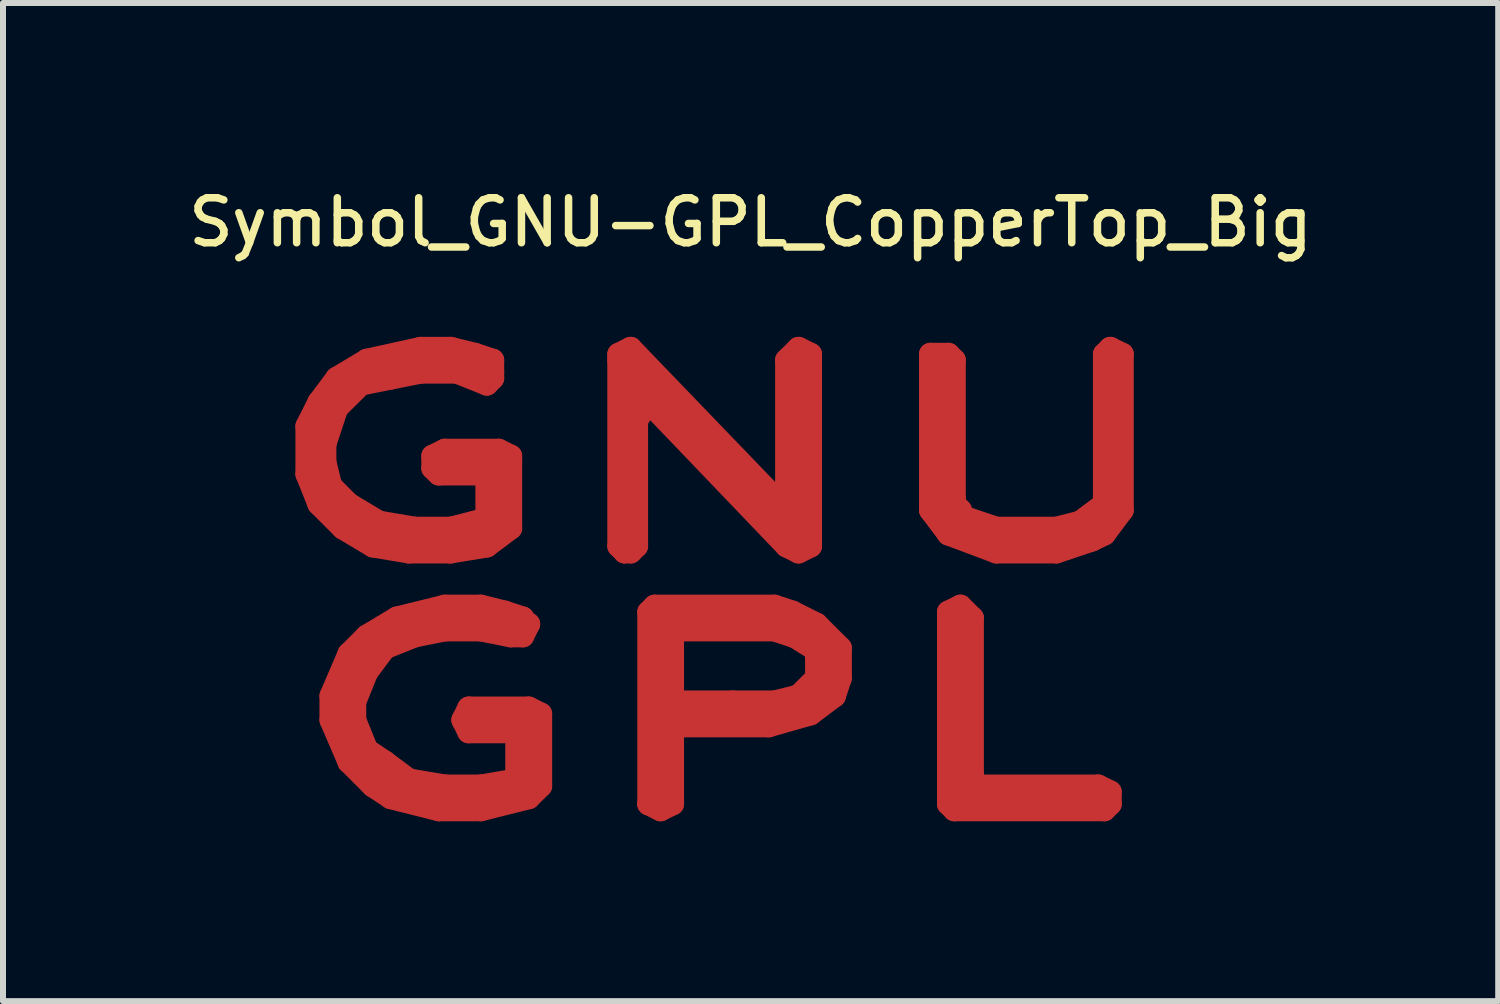
<source format=kicad_pcb>
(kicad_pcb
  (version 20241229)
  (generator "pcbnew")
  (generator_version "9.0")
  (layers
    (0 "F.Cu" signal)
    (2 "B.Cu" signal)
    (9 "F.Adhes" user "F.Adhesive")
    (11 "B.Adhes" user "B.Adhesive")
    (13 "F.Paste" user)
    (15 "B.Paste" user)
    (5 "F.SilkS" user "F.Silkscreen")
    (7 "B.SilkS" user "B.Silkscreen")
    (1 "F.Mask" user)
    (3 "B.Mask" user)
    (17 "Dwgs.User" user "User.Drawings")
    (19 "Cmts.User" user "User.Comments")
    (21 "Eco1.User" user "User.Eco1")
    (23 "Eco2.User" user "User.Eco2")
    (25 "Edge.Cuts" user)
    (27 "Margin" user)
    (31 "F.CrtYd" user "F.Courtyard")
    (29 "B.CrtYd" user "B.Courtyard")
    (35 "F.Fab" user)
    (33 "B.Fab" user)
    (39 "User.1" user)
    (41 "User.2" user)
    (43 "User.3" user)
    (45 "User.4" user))
  (footprint "Symbol_GNU-GPL_CopperTop_Big"
    (layer "F.Cu")
    (at 8.969 7.458)
    (property "Reference" "Symbol_GNU-GPL_CopperTop_Big" (at 0.5 -6.8 0) (layer "F.SilkS") (effects (font (size 0.75 0.75) (thickness 0.125))))
    (attr exclude_from_pos_files exclude_from_bom allow_missing_courtyard)
    (fp_line (start -6.901 -3.401) (end -6.901 -2.601) (stroke (width 0.381) (type solid)) (layer "F.Cu"))
    (fp_line (start -6.901 -2.601) (end -6.701 -2.101) (stroke (width 0.381) (type solid)) (layer "F.Cu"))
    (fp_line (start -6.701 -3.8) (end -6.901 -3.401) (stroke (width 0.381) (type solid)) (layer "F.Cu"))
    (fp_line (start -6.701 -3.401) (end -6.599 -2.301) (stroke (width 0.381) (type solid)) (layer "F.Cu"))
    (fp_line (start -6.701 -2.101) (end -6.299 -1.699) (stroke (width 0.381) (type solid)) (layer "F.Cu"))
    (fp_line (start -6.599 -3.099) (end -6.401 -3.701) (stroke (width 0.381) (type solid)) (layer "F.Cu"))
    (fp_line (start -6.599 -2.799) (end -6.599 -3.099) (stroke (width 0.381) (type solid)) (layer "F.Cu"))
    (fp_line (start -6.599 -2.301) (end -6.2 -1.9) (stroke (width 0.381) (type solid)) (layer "F.Cu"))
    (fp_line (start -6.5 -2.4) (end -6.599 -2.799) (stroke (width 0.381) (type solid)) (layer "F.Cu"))
    (fp_line (start -6.5 1.1) (end -6.5 1.501) (stroke (width 0.381) (type solid)) (layer "F.Cu"))
    (fp_line (start -6.5 1.501) (end -6.2 2.2) (stroke (width 0.381) (type solid)) (layer "F.Cu"))
    (fp_line (start -6.401 -4.201) (end -6.701 -3.8) (stroke (width 0.381) (type solid)) (layer "F.Cu"))
    (fp_line (start -6.401 -3.701) (end -5.999 -4.1) (stroke (width 0.381) (type solid)) (layer "F.Cu"))
    (fp_line (start -6.299 -1.699) (end -5.799 -1.4) (stroke (width 0.381) (type solid)) (layer "F.Cu"))
    (fp_line (start -6.2 -4.201) (end -6.701 -3.401) (stroke (width 0.381) (type solid)) (layer "F.Cu"))
    (fp_line (start -6.2 -2.101) (end -6.5 -2.4) (stroke (width 0.381) (type solid)) (layer "F.Cu"))
    (fp_line (start -6.2 -1.9) (end -5.199 -1.501) (stroke (width 0.381) (type solid)) (layer "F.Cu"))
    (fp_line (start -6.2 0.399) (end -6.5 1.1) (stroke (width 0.381) (type solid)) (layer "F.Cu"))
    (fp_line (start -6.2 1.001) (end -6.2 1.801) (stroke (width 0.381) (type solid)) (layer "F.Cu"))
    (fp_line (start -6.2 1.801) (end -5.7 2.4) (stroke (width 0.381) (type solid)) (layer "F.Cu"))
    (fp_line (start -6.2 2.2) (end -5.799 2.601) (stroke (width 0.381) (type solid)) (layer "F.Cu"))
    (fp_line (start -6.101 1.199) (end -5.9 0.701) (stroke (width 0.381) (type solid)) (layer "F.Cu"))
    (fp_line (start -6.101 1.501) (end -6.101 1.199) (stroke (width 0.381) (type solid)) (layer "F.Cu"))
    (fp_line (start -5.999 -4.1) (end -5.499 -4.201) (stroke (width 0.381) (type solid)) (layer "F.Cu"))
    (fp_line (start -5.9 -4.501) (end -6.401 -4.201) (stroke (width 0.381) (type solid)) (layer "F.Cu"))
    (fp_line (start -5.9 0.099) (end -6.2 0.399) (stroke (width 0.381) (type solid)) (layer "F.Cu"))
    (fp_line (start -5.9 0.701) (end -5.601 0.3) (stroke (width 0.381) (type solid)) (layer "F.Cu"))
    (fp_line (start -5.9 1.999) (end -6.101 1.501) (stroke (width 0.381) (type solid)) (layer "F.Cu"))
    (fp_line (start -5.799 -1.4) (end -5.199 -1.3) (stroke (width 0.381) (type solid)) (layer "F.Cu"))
    (fp_line (start -5.799 2.601) (end -5.499 2.799) (stroke (width 0.381) (type solid)) (layer "F.Cu"))
    (fp_line (start -5.7 -1.801) (end -6.2 -2.101) (stroke (width 0.381) (type solid)) (layer "F.Cu"))
    (fp_line (start -5.7 0.201) (end -6.2 1.001) (stroke (width 0.381) (type solid)) (layer "F.Cu"))
    (fp_line (start -5.7 2.4) (end -4.699 2.901) (stroke (width 0.381) (type solid)) (layer "F.Cu"))
    (fp_line (start -5.601 0.3) (end -5.1 0.099) (stroke (width 0.381) (type solid)) (layer "F.Cu"))
    (fp_line (start -5.601 2.2) (end -5.9 1.999) (stroke (width 0.381) (type solid)) (layer "F.Cu"))
    (fp_line (start -5.499 -4.201) (end -5.001 -4.3) (stroke (width 0.381) (type solid)) (layer "F.Cu"))
    (fp_line (start -5.499 2.799) (end -4.699 3) (stroke (width 0.381) (type solid)) (layer "F.Cu"))
    (fp_line (start -5.4 -0.201) (end -5.9 0.099) (stroke (width 0.381) (type solid)) (layer "F.Cu"))
    (fp_line (start -5.301 -4.501) (end -6.2 -4.201) (stroke (width 0.381) (type solid)) (layer "F.Cu"))
    (fp_line (start -5.199 -1.501) (end -4.201 -1.6) (stroke (width 0.381) (type solid)) (layer "F.Cu"))
    (fp_line (start -5.199 -1.3) (end -4.501 -1.3) (stroke (width 0.381) (type solid)) (layer "F.Cu"))
    (fp_line (start -5.199 2.499) (end -5.601 2.2) (stroke (width 0.381) (type solid)) (layer "F.Cu"))
    (fp_line (start -5.1 -1.699) (end -5.7 -1.801) (stroke (width 0.381) (type solid)) (layer "F.Cu"))
    (fp_line (start -5.1 0.099) (end -4.6 0) (stroke (width 0.381) (type solid)) (layer "F.Cu"))
    (fp_line (start -5.001 -4.699) (end -5.9 -4.501) (stroke (width 0.381) (type solid)) (layer "F.Cu"))
    (fp_line (start -5.001 -4.3) (end -4.399 -4.3) (stroke (width 0.381) (type solid)) (layer "F.Cu"))
    (fp_line (start -4.801 -2.901) (end -4.801 -2.7) (stroke (width 0.381) (type solid)) (layer "F.Cu"))
    (fp_line (start -4.801 -2.7) (end -4.699 -2.601) (stroke (width 0.381) (type solid)) (layer "F.Cu"))
    (fp_line (start -4.699 -2.601) (end -4 -2.601) (stroke (width 0.381) (type solid)) (layer "F.Cu"))
    (fp_line (start -4.699 -0.099) (end -5.7 0.201) (stroke (width 0.381) (type solid)) (layer "F.Cu"))
    (fp_line (start -4.699 2.901) (end -3.2 2.601) (stroke (width 0.381) (type solid)) (layer "F.Cu"))
    (fp_line (start -4.699 3) (end -4 3) (stroke (width 0.381) (type solid)) (layer "F.Cu"))
    (fp_line (start -4.6 -3) (end -4.801 -2.901) (stroke (width 0.381) (type solid)) (layer "F.Cu"))
    (fp_line (start -4.6 -0.399) (end -5.4 -0.201) (stroke (width 0.381) (type solid)) (layer "F.Cu"))
    (fp_line (start -4.6 0) (end -4 0) (stroke (width 0.381) (type solid)) (layer "F.Cu"))
    (fp_line (start -4.6 2.601) (end -5.199 2.499) (stroke (width 0.381) (type solid)) (layer "F.Cu"))
    (fp_line (start -4.501 -4.699) (end -5.001 -4.699) (stroke (width 0.381) (type solid)) (layer "F.Cu"))
    (fp_line (start -4.501 -1.699) (end -5.1 -1.699) (stroke (width 0.381) (type solid)) (layer "F.Cu"))
    (fp_line (start -4.501 -1.3) (end -3.899 -1.4) (stroke (width 0.381) (type solid)) (layer "F.Cu"))
    (fp_line (start -4.399 -4.3) (end -3.899 -4.1) (stroke (width 0.381) (type solid)) (layer "F.Cu"))
    (fp_line (start -4.3 1.501) (end -4.201 1.699) (stroke (width 0.381) (type solid)) (layer "F.Cu"))
    (fp_line (start -4.201 -4.501) (end -5.301 -4.501) (stroke (width 0.381) (type solid)) (layer "F.Cu"))
    (fp_line (start -4.201 -1.699) (end -4.1 -1.801) (stroke (width 0.381) (type solid)) (layer "F.Cu"))
    (fp_line (start -4.201 -1.6) (end -3.701 -1.801) (stroke (width 0.381) (type solid)) (layer "F.Cu"))
    (fp_line (start -4.201 1.3) (end -4.3 1.501) (stroke (width 0.381) (type solid)) (layer "F.Cu"))
    (fp_line (start -4.201 1.699) (end -3.401 1.699) (stroke (width 0.381) (type solid)) (layer "F.Cu"))
    (fp_line (start -4.1 -4.6) (end -4.501 -4.699) (stroke (width 0.381) (type solid)) (layer "F.Cu"))
    (fp_line (start -4.1 -1.801) (end -4.501 -1.699) (stroke (width 0.381) (type solid)) (layer "F.Cu"))
    (fp_line (start -4 -2.601) (end -3.899 -2.499) (stroke (width 0.381) (type solid)) (layer "F.Cu"))
    (fp_line (start -4 -0.399) (end -4.6 -0.399) (stroke (width 0.381) (type solid)) (layer "F.Cu"))
    (fp_line (start -4 0) (end -3.5 0.099) (stroke (width 0.381) (type solid)) (layer "F.Cu"))
    (fp_line (start -4 2.601) (end -4.6 2.601) (stroke (width 0.381) (type solid)) (layer "F.Cu"))
    (fp_line (start -4 3) (end -3.2 2.799) (stroke (width 0.381) (type solid)) (layer "F.Cu"))
    (fp_line (start -3.899 -4.1) (end -3.8 -4.201) (stroke (width 0.381) (type solid)) (layer "F.Cu"))
    (fp_line (start -3.899 -2.499) (end -3.899 -1.9) (stroke (width 0.381) (type solid)) (layer "F.Cu"))
    (fp_line (start -3.899 -1.9) (end -4.201 -1.699) (stroke (width 0.381) (type solid)) (layer "F.Cu"))
    (fp_line (start -3.899 -1.4) (end -3.5 -1.699) (stroke (width 0.381) (type solid)) (layer "F.Cu"))
    (fp_line (start -3.8 -4.501) (end -4.1 -4.6) (stroke (width 0.381) (type solid)) (layer "F.Cu"))
    (fp_line (start -3.8 -4.3) (end -4.201 -4.501) (stroke (width 0.381) (type solid)) (layer "F.Cu"))
    (fp_line (start -3.8 -4.201) (end -3.8 -4.501) (stroke (width 0.381) (type solid)) (layer "F.Cu"))
    (fp_line (start -3.701 -3) (end -4.6 -3) (stroke (width 0.381) (type solid)) (layer "F.Cu"))
    (fp_line (start -3.701 -2.7) (end -4.6 -2.7) (stroke (width 0.381) (type solid)) (layer "F.Cu"))
    (fp_line (start -3.701 -1.801) (end -3.701 -2.7) (stroke (width 0.381) (type solid)) (layer "F.Cu"))
    (fp_line (start -3.599 -0.3) (end -4 -0.399) (stroke (width 0.381) (type solid)) (layer "F.Cu"))
    (fp_line (start -3.5 -2.901) (end -3.701 -3) (stroke (width 0.381) (type solid)) (layer "F.Cu"))
    (fp_line (start -3.5 -1.699) (end -3.5 -2.901) (stroke (width 0.381) (type solid)) (layer "F.Cu"))
    (fp_line (start -3.5 0.099) (end -3.299 0.099) (stroke (width 0.381) (type solid)) (layer "F.Cu"))
    (fp_line (start -3.401 1.699) (end -3.401 2.499) (stroke (width 0.381) (type solid)) (layer "F.Cu"))
    (fp_line (start -3.401 2.499) (end -4 2.601) (stroke (width 0.381) (type solid)) (layer "F.Cu"))
    (fp_line (start -3.299 -0.201) (end -3.599 -0.3) (stroke (width 0.381) (type solid)) (layer "F.Cu"))
    (fp_line (start -3.299 -0.099) (end -3.299 -0.201) (stroke (width 0.381) (type solid)) (layer "F.Cu"))
    (fp_line (start -3.299 0.099) (end -3.2 -0.099) (stroke (width 0.381) (type solid)) (layer "F.Cu"))
    (fp_line (start -3.299 1.6) (end -4.201 1.501) (stroke (width 0.381) (type solid)) (layer "F.Cu"))
    (fp_line (start -3.2 -0.099) (end -4.699 -0.099) (stroke (width 0.381) (type solid)) (layer "F.Cu"))
    (fp_line (start -3.2 1.3) (end -4.201 1.3) (stroke (width 0.381) (type solid)) (layer "F.Cu"))
    (fp_line (start -3.2 2.601) (end -3.299 1.6) (stroke (width 0.381) (type solid)) (layer "F.Cu"))
    (fp_line (start -3.2 2.799) (end -3 2.601) (stroke (width 0.381) (type solid)) (layer "F.Cu"))
    (fp_line (start -3 1.4) (end -3.2 1.3) (stroke (width 0.381) (type solid)) (layer "F.Cu"))
    (fp_line (start -3 2.601) (end -3 1.4) (stroke (width 0.381) (type solid)) (layer "F.Cu"))
    (fp_line (start -1.699 -4.6) (end -1.501 -4.699) (stroke (width 0.381) (type solid)) (layer "F.Cu"))
    (fp_line (start -1.699 -4.501) (end -1.699 -4.6) (stroke (width 0.381) (type solid)) (layer "F.Cu"))
    (fp_line (start -1.699 -1.4) (end -1.699 -4.501) (stroke (width 0.381) (type solid)) (layer "F.Cu"))
    (fp_line (start -1.6 -1.4) (end -1.6 -1.3) (stroke (width 0.381) (type solid)) (layer "F.Cu"))
    (fp_line (start -1.6 -1.3) (end -1.699 -1.4) (stroke (width 0.381) (type solid)) (layer "F.Cu"))
    (fp_line (start -1.501 -4.699) (end 1.001 -2.101) (stroke (width 0.381) (type solid)) (layer "F.Cu"))
    (fp_line (start -1.501 -4.3) (end 1.3 -1.6) (stroke (width 0.381) (type solid)) (layer "F.Cu"))
    (fp_line (start -1.501 -1.3) (end -1.501 -4.3) (stroke (width 0.381) (type solid)) (layer "F.Cu"))
    (fp_line (start -1.4 -3.5) (end -1.4 -1.4) (stroke (width 0.381) (type solid)) (layer "F.Cu"))
    (fp_line (start -1.4 -1.4) (end -1.501 -1.3) (stroke (width 0.381) (type solid)) (layer "F.Cu"))
    (fp_line (start -1.199 -3.8) (end -1.4 -3.5) (stroke (width 0.381) (type solid)) (layer "F.Cu"))
    (fp_line (start -1.199 -0.3) (end -1.1 -0.399) (stroke (width 0.381) (type solid)) (layer "F.Cu"))
    (fp_line (start -1.199 2.901) (end -1.199 -0.3) (stroke (width 0.381) (type solid)) (layer "F.Cu"))
    (fp_line (start -1.199 2.901) (end -1.001 2.7) (stroke (width 0.381) (type solid)) (layer "F.Cu"))
    (fp_line (start -1.1 -0.399) (end 0.899 -0.399) (stroke (width 0.381) (type solid)) (layer "F.Cu"))
    (fp_line (start -1.001 -0.099) (end 0.899 -0.099) (stroke (width 0.381) (type solid)) (layer "F.Cu"))
    (fp_line (start -1.001 2.7) (end -1.001 -0.099) (stroke (width 0.381) (type solid)) (layer "F.Cu"))
    (fp_line (start -1.001 3) (end -1.199 2.901) (stroke (width 0.381) (type solid)) (layer "F.Cu"))
    (fp_line (start -0.899 1.199) (end -0.8 1.199) (stroke (width 0.381) (type solid)) (layer "F.Cu"))
    (fp_line (start -0.899 1.3) (end 0.899 1.4) (stroke (width 0.381) (type solid)) (layer "F.Cu"))
    (fp_line (start -0.899 1.699) (end -0.8 1.699) (stroke (width 0.381) (type solid)) (layer "F.Cu"))
    (fp_line (start -0.8 0) (end 0.899 0) (stroke (width 0.381) (type solid)) (layer "F.Cu"))
    (fp_line (start -0.8 1.199) (end -0.8 0) (stroke (width 0.381) (type solid)) (layer "F.Cu"))
    (fp_line (start -0.8 1.699) (end -0.8 2.901) (stroke (width 0.381) (type solid)) (layer "F.Cu"))
    (fp_line (start -0.8 2.901) (end -1.001 3) (stroke (width 0.381) (type solid)) (layer "F.Cu"))
    (fp_line (start -0.701 1.6) (end -0.899 1.699) (stroke (width 0.381) (type solid)) (layer "F.Cu"))
    (fp_line (start 0.201 1.199) (end -0.701 1.199) (stroke (width 0.381) (type solid)) (layer "F.Cu"))
    (fp_line (start 0.8 1.6) (end -0.701 1.6) (stroke (width 0.381) (type solid)) (layer "F.Cu"))
    (fp_line (start 0.899 -0.399) (end 1.199 -0.3) (stroke (width 0.381) (type solid)) (layer "F.Cu"))
    (fp_line (start 0.899 -0.099) (end 1.699 0.399) (stroke (width 0.381) (type solid)) (layer "F.Cu"))
    (fp_line (start 0.899 0) (end 1.501 0.201) (stroke (width 0.381) (type solid)) (layer "F.Cu"))
    (fp_line (start 0.899 1.199) (end 0.201 1.199) (stroke (width 0.381) (type solid)) (layer "F.Cu"))
    (fp_line (start 0.899 1.4) (end -0.899 1.199) (stroke (width 0.381) (type solid)) (layer "F.Cu"))
    (fp_line (start 1.001 -2.101) (end 1.1 -2.4) (stroke (width 0.381) (type solid)) (layer "F.Cu"))
    (fp_line (start 1.1 -4.501) (end 1.3 -4.699) (stroke (width 0.381) (type solid)) (layer "F.Cu"))
    (fp_line (start 1.1 -2.4) (end 1.1 -4.501) (stroke (width 0.381) (type solid)) (layer "F.Cu"))
    (fp_line (start 1.1 -1.4) (end -1.199 -3.8) (stroke (width 0.381) (type solid)) (layer "F.Cu"))
    (fp_line (start 1.1 1.199) (end -0.899 1.3) (stroke (width 0.381) (type solid)) (layer "F.Cu"))
    (fp_line (start 1.199 -0.3) (end 1.6 -0.099) (stroke (width 0.381) (type solid)) (layer "F.Cu"))
    (fp_line (start 1.3 -4.699) (end 1.501 -4.6) (stroke (width 0.381) (type solid)) (layer "F.Cu"))
    (fp_line (start 1.3 -1.6) (end 1.3 -4.399) (stroke (width 0.381) (type solid)) (layer "F.Cu"))
    (fp_line (start 1.3 -1.3) (end 1.1 -1.4) (stroke (width 0.381) (type solid)) (layer "F.Cu"))
    (fp_line (start 1.3 1.1) (end 0.899 1.199) (stroke (width 0.381) (type solid)) (layer "F.Cu"))
    (fp_line (start 1.501 -4.6) (end 1.501 -1.4) (stroke (width 0.381) (type solid)) (layer "F.Cu"))
    (fp_line (start 1.501 -1.4) (end 1.3 -1.3) (stroke (width 0.381) (type solid)) (layer "F.Cu"))
    (fp_line (start 1.501 0.201) (end 1.6 0.399) (stroke (width 0.381) (type solid)) (layer "F.Cu"))
    (fp_line (start 1.501 1.4) (end 0.8 1.6) (stroke (width 0.381) (type solid)) (layer "F.Cu"))
    (fp_line (start 1.6 -0.099) (end 1.999 0.3) (stroke (width 0.381) (type solid)) (layer "F.Cu"))
    (fp_line (start 1.6 0.399) (end 1.6 0.8) (stroke (width 0.381) (type solid)) (layer "F.Cu"))
    (fp_line (start 1.6 0.8) (end 1.3 1.1) (stroke (width 0.381) (type solid)) (layer "F.Cu"))
    (fp_line (start 1.699 0.399) (end 1.699 0.899) (stroke (width 0.381) (type solid)) (layer "F.Cu"))
    (fp_line (start 1.699 0.899) (end 1.1 1.199) (stroke (width 0.381) (type solid)) (layer "F.Cu"))
    (fp_line (start 1.9 1.1) (end 1.501 1.4) (stroke (width 0.381) (type solid)) (layer "F.Cu"))
    (fp_line (start 1.999 0.3) (end 1.999 0.8) (stroke (width 0.381) (type solid)) (layer "F.Cu"))
    (fp_line (start 1.999 0.8) (end 1.9 1.1) (stroke (width 0.381) (type solid)) (layer "F.Cu"))
    (fp_line (start 3.5 -4.6) (end 3.5 -1.999) (stroke (width 0.381) (type solid)) (layer "F.Cu"))
    (fp_line (start 3.5 -1.999) (end 3.8 -1.6) (stroke (width 0.381) (type solid)) (layer "F.Cu"))
    (fp_line (start 3.701 -4.501) (end 3.701 -1.9) (stroke (width 0.381) (type solid)) (layer "F.Cu"))
    (fp_line (start 3.701 -1.9) (end 4.6 -1.501) (stroke (width 0.381) (type solid)) (layer "F.Cu"))
    (fp_line (start 3.8 -4.6) (end 3.5 -4.6) (stroke (width 0.381) (type solid)) (layer "F.Cu"))
    (fp_line (start 3.8 -2.2) (end 3.899 -2.2) (stroke (width 0.381) (type solid)) (layer "F.Cu"))
    (fp_line (start 3.8 -1.6) (end 4.6 -1.3) (stroke (width 0.381) (type solid)) (layer "F.Cu"))
    (fp_line (start 3.8 -0.3) (end 3.8 2.901) (stroke (width 0.381) (type solid)) (layer "F.Cu"))
    (fp_line (start 3.8 2.901) (end 3.899 3) (stroke (width 0.381) (type solid)) (layer "F.Cu"))
    (fp_line (start 3.899 -4.501) (end 3.8 -4.6) (stroke (width 0.381) (type solid)) (layer "F.Cu"))
    (fp_line (start 3.899 -2.2) (end 3.899 -4.501) (stroke (width 0.381) (type solid)) (layer "F.Cu"))
    (fp_line (start 3.899 3) (end 6.401 3) (stroke (width 0.381) (type solid)) (layer "F.Cu"))
    (fp_line (start 4 -1.999) (end 3.8 -2.2) (stroke (width 0.381) (type solid)) (layer "F.Cu"))
    (fp_line (start 4 -1.9) (end 4 -1.999) (stroke (width 0.381) (type solid)) (layer "F.Cu"))
    (fp_line (start 4 -0.399) (end 3.8 -0.3) (stroke (width 0.381) (type solid)) (layer "F.Cu"))
    (fp_line (start 4 -0.201) (end 4 2.7) (stroke (width 0.381) (type solid)) (layer "F.Cu"))
    (fp_line (start 4 2.7) (end 6.401 2.799) (stroke (width 0.381) (type solid)) (layer "F.Cu"))
    (fp_line (start 4.1 2.601) (end 4.201 2.4) (stroke (width 0.381) (type solid)) (layer "F.Cu"))
    (fp_line (start 4.201 -0.201) (end 4 -0.399) (stroke (width 0.381) (type solid)) (layer "F.Cu"))
    (fp_line (start 4.201 2.4) (end 4.201 -0.201) (stroke (width 0.381) (type solid)) (layer "F.Cu"))
    (fp_line (start 4.6 -1.699) (end 4 -1.9) (stroke (width 0.381) (type solid)) (layer "F.Cu"))
    (fp_line (start 4.6 -1.501) (end 5.601 -1.501) (stroke (width 0.381) (type solid)) (layer "F.Cu"))
    (fp_line (start 4.6 -1.3) (end 5.601 -1.3) (stroke (width 0.381) (type solid)) (layer "F.Cu"))
    (fp_line (start 5.601 -1.699) (end 4.6 -1.699) (stroke (width 0.381) (type solid)) (layer "F.Cu"))
    (fp_line (start 5.601 -1.501) (end 6.299 -1.801) (stroke (width 0.381) (type solid)) (layer "F.Cu"))
    (fp_line (start 5.601 -1.3) (end 6.2 -1.501) (stroke (width 0.381) (type solid)) (layer "F.Cu"))
    (fp_line (start 5.999 -1.801) (end 5.601 -1.699) (stroke (width 0.381) (type solid)) (layer "F.Cu"))
    (fp_line (start 6.2 -1.501) (end 6.401 -1.6) (stroke (width 0.381) (type solid)) (layer "F.Cu"))
    (fp_line (start 6.299 -1.801) (end 6.5 -2.301) (stroke (width 0.381) (type solid)) (layer "F.Cu"))
    (fp_line (start 6.299 2.601) (end 4.1 2.601) (stroke (width 0.381) (type solid)) (layer "F.Cu"))
    (fp_line (start 6.401 -4.6) (end 6.401 -2.101) (stroke (width 0.381) (type solid)) (layer "F.Cu"))
    (fp_line (start 6.401 -2.101) (end 5.999 -1.801) (stroke (width 0.381) (type solid)) (layer "F.Cu"))
    (fp_line (start 6.401 -1.6) (end 6.701 -1.999) (stroke (width 0.381) (type solid)) (layer "F.Cu"))
    (fp_line (start 6.401 3) (end 6.5 2.901) (stroke (width 0.381) (type solid)) (layer "F.Cu"))
    (fp_line (start 6.5 -4.699) (end 6.401 -4.6) (stroke (width 0.381) (type solid)) (layer "F.Cu"))
    (fp_line (start 6.5 -2.301) (end 6.5 -4.6) (stroke (width 0.381) (type solid)) (layer "F.Cu"))
    (fp_line (start 6.5 2.7) (end 6.299 2.601) (stroke (width 0.381) (type solid)) (layer "F.Cu"))
    (fp_line (start 6.5 2.901) (end 6.5 2.7) (stroke (width 0.381) (type solid)) (layer "F.Cu"))
    (fp_line (start 6.701 -4.6) (end 6.5 -4.699) (stroke (width 0.381) (type solid)) (layer "F.Cu"))
    (fp_line (start 6.701 -1.999) (end 6.701 -4.6) (stroke (width 0.381) (type solid)) (layer "F.Cu")))
  (gr_rect
    (start -3 -3)
    (end 21.939 13.648)
    (stroke (width 0.1) (type default))
    (fill no)
    (layer "Edge.Cuts")))
</source>
